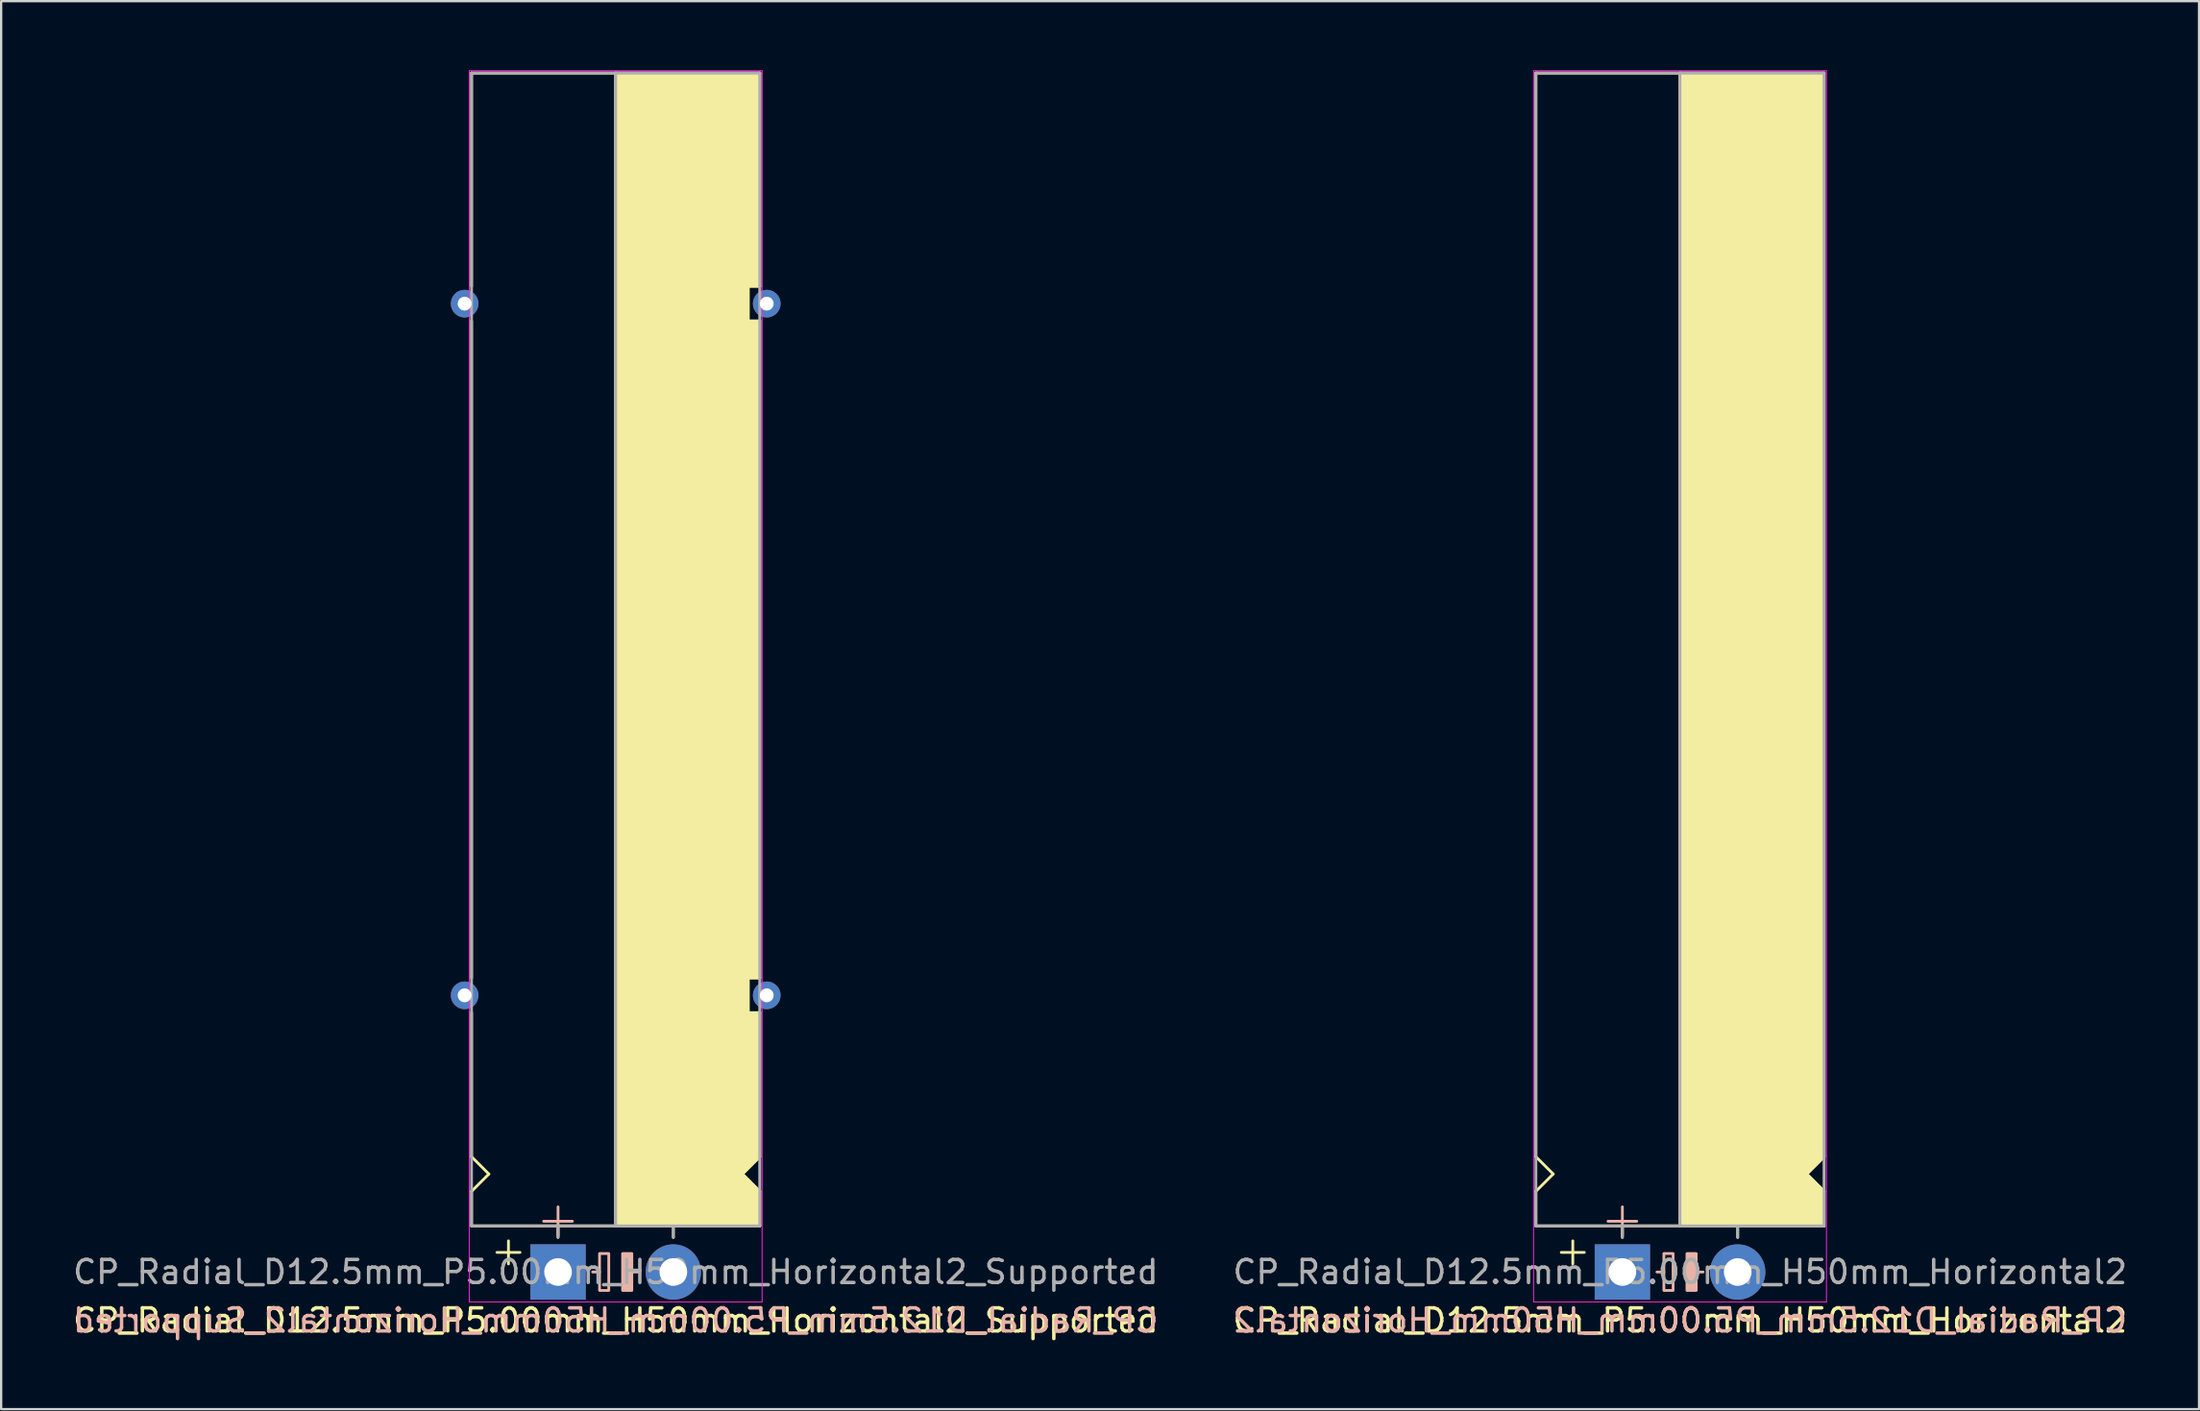
<source format=kicad_pcb>
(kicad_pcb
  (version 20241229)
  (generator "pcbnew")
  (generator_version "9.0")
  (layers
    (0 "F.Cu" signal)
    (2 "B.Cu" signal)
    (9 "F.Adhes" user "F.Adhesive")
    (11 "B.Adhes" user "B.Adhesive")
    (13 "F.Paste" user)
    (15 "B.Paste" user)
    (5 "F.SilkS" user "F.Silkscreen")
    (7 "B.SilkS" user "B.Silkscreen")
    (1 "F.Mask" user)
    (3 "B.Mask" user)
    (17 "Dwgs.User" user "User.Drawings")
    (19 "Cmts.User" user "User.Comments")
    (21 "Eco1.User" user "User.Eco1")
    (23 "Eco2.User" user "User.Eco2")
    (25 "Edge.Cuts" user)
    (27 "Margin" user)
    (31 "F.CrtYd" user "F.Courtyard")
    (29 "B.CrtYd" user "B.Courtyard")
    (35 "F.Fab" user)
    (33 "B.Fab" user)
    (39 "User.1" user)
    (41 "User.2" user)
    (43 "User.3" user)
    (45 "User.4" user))
  (footprint "CP_Radial_D12.5mm_P5.00mm_H50mm_Horizontal2_Supported"
    (layer "F.Cu")
    (at 21.149 52.12)
    (property "Reference" "CP_Radial_D12.5mm_P5.00mm_H50mm_Horizontal2_Supported" (at 2.5 2.1 180) (layer "F.SilkS") (effects (font (size 1 1) (thickness 0.15))))
    (fp_line (start -3.75 -52) (end -3.75 -42.75) (stroke (width 0.12) (type solid)) (layer "F.SilkS"))
    (fp_line (start -3.75 -12.75) (end -3.75 -41.25) (stroke (width 0.12) (type solid)) (layer "F.SilkS"))
    (fp_line (start -3.75 -5) (end -3.75 -11.25) (stroke (width 0.12) (type solid)) (layer "F.SilkS"))
    (fp_line (start -3.75 -3.5) (end -3 -4.25) (stroke (width 0.12) (type solid)) (layer "F.SilkS"))
    (fp_line (start -3.75 -2) (end -3.75 -3.5) (stroke (width 0.12) (type solid)) (layer "F.SilkS"))
    (fp_line (start -3 -4.25) (end -3.75 -5) (stroke (width 0.12) (type solid)) (layer "F.SilkS"))
    (fp_line (start -2.15 -1.35) (end -2.15 -0.35) (stroke (width 0.12) (type solid)) (layer "F.SilkS"))
    (fp_line (start -1.65 -0.85) (end -2.65 -0.85) (stroke (width 0.12) (type solid)) (layer "F.SilkS"))
    (fp_line (start 0 -1.5) (end 0 -2) (stroke (width 0.12) (type solid)) (layer "F.SilkS"))
    (fp_line (start 2.5 -2) (end -3.75 -2) (stroke (width 0.12) (type solid)) (layer "F.SilkS"))
    (fp_line (start 2.5 -2) (end 2.5 -52) (stroke (width 0.12) (type solid)) (layer "F.SilkS"))
    (fp_line (start 2.5 -2) (end 8.75 -2) (stroke (width 0.12) (type solid)) (layer "F.SilkS"))
    (fp_line (start 5 -1.5) (end 5 -2) (stroke (width 0.12) (type solid)) (layer "F.SilkS"))
    (fp_line (start 8 -4.25) (end 8.75 -5) (stroke (width 0.12) (type solid)) (layer "F.SilkS"))
    (fp_line (start 8.25 -42.75) (end 8.25 -41.25) (stroke (width 0.12) (type solid)) (layer "F.SilkS"))
    (fp_line (start 8.25 -41.25) (end 8.75 -41.25) (stroke (width 0.12) (type solid)) (layer "F.SilkS"))
    (fp_line (start 8.25 -12.75) (end 8.25 -11.25) (stroke (width 0.12) (type solid)) (layer "F.SilkS"))
    (fp_line (start 8.25 -11.25) (end 8.75 -11.25) (stroke (width 0.12) (type solid)) (layer "F.SilkS"))
    (fp_line (start 8.75 -52) (end -3.75 -52) (stroke (width 0.12) (type solid)) (layer "F.SilkS"))
    (fp_line (start 8.75 -52) (end 8.75 -42.75) (stroke (width 0.12) (type solid)) (layer "F.SilkS"))
    (fp_line (start 8.75 -42.75) (end 8.25 -42.75) (stroke (width 0.12) (type solid)) (layer "F.SilkS"))
    (fp_line (start 8.75 -12.75) (end 8.25 -12.75) (stroke (width 0.12) (type solid)) (layer "F.SilkS"))
    (fp_line (start 8.75 -12.75) (end 8.75 -41.25) (stroke (width 0.12) (type solid)) (layer "F.SilkS"))
    (fp_line (start 8.75 -5) (end 8.75 -11.25) (stroke (width 0.12) (type solid)) (layer "F.SilkS"))
    (fp_line (start 8.75 -3.5) (end 8 -4.25) (stroke (width 0.12) (type solid)) (layer "F.SilkS"))
    (fp_line (start 8.75 -2) (end 8.75 -3.5) (stroke (width 0.12) (type solid)) (layer "F.SilkS"))
    (fp_poly (pts (xy 8.75 -3.5) (xy 8 -4.25) (xy 8.75 -5) (xy 8.75 -11.25) (xy 8.25 -11.25) (xy 8.25 -12.75) (xy 8.75 -12.75) (xy 8.75 -41.25) (xy 8.25 -41.25) (xy 8.25 -42.75) (xy 8.75 -42.75) (xy 8.75 -52) (xy 2.5 -52) (xy 2.5 -2) (xy 8.75 -2)) (stroke (width 0.1) (type solid)) (fill yes) (layer "F.SilkS"))
    (fp_line (start 0 -2.825) (end 0 -1.575) (stroke (width 0.12) (type solid)) (layer "B.SilkS"))
    (fp_line (start 0.625 -2.2) (end -0.625 -2.2) (stroke (width 0.12) (type solid)) (layer "B.SilkS"))
    (fp_line (start 1.8 0) (end 1.5 0) (stroke (width 0.12) (type solid)) (layer "B.SilkS"))
    (fp_line (start 3.5 0) (end 3.2 0) (stroke (width 0.12) (type solid)) (layer "B.SilkS"))
    (fp_rect (start 2.2 -0.8) (end 1.8 0.8) (stroke (width 0.12) (type solid)) (fill no) (layer "B.SilkS"))
    (fp_rect (start 3.2 -0.8) (end 2.8 0.8) (stroke (width 0.12) (type solid)) (fill yes) (layer "B.SilkS"))
    (fp_line (start -3.85 -52.1) (end -3.85 1.3) (stroke (width 0.04) (type solid)) (layer "F.CrtYd"))
    (fp_line (start 8.85 -52.1) (end -3.85 -52.1) (stroke (width 0.04) (type solid)) (layer "F.CrtYd"))
    (fp_line (start 8.85 1.3) (end -3.85 1.3) (stroke (width 0.04) (type solid)) (layer "F.CrtYd"))
    (fp_line (start 8.85 1.3) (end 8.85 -52.1) (stroke (width 0.04) (type solid)) (layer "F.CrtYd"))
    (fp_line (start -3.75 -52) (end 8.75 -52) (stroke (width 0.12) (type solid)) (layer "F.Fab"))
    (fp_line (start -3.75 -2) (end -3.75 -52) (stroke (width 0.12) (type solid)) (layer "F.Fab"))
    (fp_line (start 0 -2) (end -3.75 -2) (stroke (width 0.12) (type solid)) (layer "F.Fab"))
    (fp_line (start 0 -1.5) (end 0 -2) (stroke (width 0.12) (type solid)) (layer "F.Fab"))
    (fp_line (start 2.5 -2) (end 2.5 -52) (stroke (width 0.12) (type solid)) (layer "F.Fab"))
    (fp_line (start 5 -2) (end 5 -1.5) (stroke (width 0.12) (type solid)) (layer "F.Fab"))
    (fp_line (start 8.75 -52) (end 8.75 -2) (stroke (width 0.12) (type solid)) (layer "F.Fab"))
    (fp_line (start 8.75 -2) (end 0 -2) (stroke (width 0.12) (type solid)) (layer "F.Fab"))
    (fp_poly (pts (xy 8.75 -52) (xy 2.5 -52) (xy 2.5 -2) (xy 8.75 -2)) (stroke (width 0.1) (type solid)) (fill no) (layer "F.Fab"))
    (fp_text user "${REFERENCE}" (at 2.5 2.1 0) (layer "B.SilkS") (effects (font (size 1 1) (thickness 0.15)) (justify mirror)))
    (fp_text user "${REFERENCE}" (at 2.5 0 0) (layer "F.Fab") (effects (font (size 1 1) (thickness 0.15))))
    (pad "1" thru_hole rect (at 0 0) (size 2.4 2.4) (drill 1.2) (layers "*.Cu" "*.Mask"))
    (pad "2" thru_hole circle (at 5 0) (size 2.4 2.4) (drill 1.2) (layers "*.Cu" "*.Mask"))
    (pad "~" thru_hole circle (at -4.05 -42 180) (size 1.2 1.2) (drill 0.6) (layers "*.Cu" "*.Mask"))
    (pad "~" thru_hole circle (at -4.05 -12 180) (size 1.2 1.2) (drill 0.6) (layers "*.Cu" "*.Mask"))
    (pad "~" thru_hole circle (at 9.05 -42 180) (size 1.2 1.2) (drill 0.6) (layers "*.Cu" "*.Mask"))
    (pad "~" thru_hole circle (at 9.05 -12 180) (size 1.2 1.2) (drill 0.6) (layers "*.Cu" "*.Mask")))
  (footprint "CP_Radial_D12.5mm_P5.00mm_H50mm_Horizontal2"
    (layer "F.Cu")
    (at 67.304 52.12)
    (property "Reference" "CP_Radial_D12.5mm_P5.00mm_H50mm_Horizontal2" (at 2.5 2.1 180) (layer "F.SilkS") (effects (font (size 1 1) (thickness 0.15))))
    (fp_line (start -3.75 -5) (end -3.75 -52) (stroke (width 0.12) (type solid)) (layer "F.SilkS"))
    (fp_line (start -3.75 -3.5) (end -3 -4.25) (stroke (width 0.12) (type solid)) (layer "F.SilkS"))
    (fp_line (start -3.75 -2) (end -3.75 -3.5) (stroke (width 0.12) (type solid)) (layer "F.SilkS"))
    (fp_line (start -3 -4.25) (end -3.75 -5) (stroke (width 0.12) (type solid)) (layer "F.SilkS"))
    (fp_line (start -2.15 -1.35) (end -2.15 -0.35) (stroke (width 0.12) (type solid)) (layer "F.SilkS"))
    (fp_line (start -1.65 -0.85) (end -2.65 -0.85) (stroke (width 0.12) (type solid)) (layer "F.SilkS"))
    (fp_line (start 0 -1.5) (end 0 -2) (stroke (width 0.12) (type solid)) (layer "F.SilkS"))
    (fp_line (start 2.5 -2) (end -3.75 -2) (stroke (width 0.12) (type solid)) (layer "F.SilkS"))
    (fp_line (start 2.5 -2) (end 2.5 -52) (stroke (width 0.12) (type solid)) (layer "F.SilkS"))
    (fp_line (start 2.5 -2) (end 8.75 -2) (stroke (width 0.12) (type solid)) (layer "F.SilkS"))
    (fp_line (start 5 -1.5) (end 5 -2) (stroke (width 0.12) (type solid)) (layer "F.SilkS"))
    (fp_line (start 8 -4.25) (end 8.75 -5) (stroke (width 0.12) (type solid)) (layer "F.SilkS"))
    (fp_line (start 8.75 -52) (end -3.75 -52) (stroke (width 0.12) (type solid)) (layer "F.SilkS"))
    (fp_line (start 8.75 -5) (end 8.75 -52) (stroke (width 0.12) (type solid)) (layer "F.SilkS"))
    (fp_line (start 8.75 -3.5) (end 8 -4.25) (stroke (width 0.12) (type solid)) (layer "F.SilkS"))
    (fp_line (start 8.75 -2) (end 8.75 -3.5) (stroke (width 0.12) (type solid)) (layer "F.SilkS"))
    (fp_poly (pts (xy 8.75 -3.5) (xy 8 -4.25) (xy 8.75 -5) (xy 8.75 -52) (xy 2.5 -52) (xy 2.5 -2) (xy 8.75 -2)) (stroke (width 0.1) (type solid)) (fill yes) (layer "F.SilkS"))
    (fp_line (start 0 -2.825) (end 0 -1.575) (stroke (width 0.12) (type solid)) (layer "B.SilkS"))
    (fp_line (start 0.625 -2.2) (end -0.625 -2.2) (stroke (width 0.12) (type solid)) (layer "B.SilkS"))
    (fp_line (start 1.8 0) (end 1.5 0) (stroke (width 0.12) (type solid)) (layer "B.SilkS"))
    (fp_line (start 3.5 0) (end 3.2 0) (stroke (width 0.12) (type solid)) (layer "B.SilkS"))
    (fp_rect (start 2.2 -0.8) (end 1.8 0.8) (stroke (width 0.12) (type solid)) (fill no) (layer "B.SilkS"))
    (fp_rect (start 3.2 -0.8) (end 2.8 0.8) (stroke (width 0.12) (type solid)) (fill yes) (layer "B.SilkS"))
    (fp_line (start -3.85 -52.1) (end -3.85 1.3) (stroke (width 0.04) (type solid)) (layer "F.CrtYd"))
    (fp_line (start 8.85 -52.1) (end -3.85 -52.1) (stroke (width 0.04) (type solid)) (layer "F.CrtYd"))
    (fp_line (start 8.85 1.3) (end -3.85 1.3) (stroke (width 0.04) (type solid)) (layer "F.CrtYd"))
    (fp_line (start 8.85 1.3) (end 8.85 -52.1) (stroke (width 0.04) (type solid)) (layer "F.CrtYd"))
    (fp_line (start -3.75 -52) (end 8.75 -52) (stroke (width 0.12) (type solid)) (layer "F.Fab"))
    (fp_line (start -3.75 -2) (end -3.75 -52) (stroke (width 0.12) (type solid)) (layer "F.Fab"))
    (fp_line (start 0 -2) (end -3.75 -2) (stroke (width 0.12) (type solid)) (layer "F.Fab"))
    (fp_line (start 0 -1.5) (end 0 -2) (stroke (width 0.12) (type solid)) (layer "F.Fab"))
    (fp_line (start 2.5 -2) (end 2.5 -52) (stroke (width 0.12) (type solid)) (layer "F.Fab"))
    (fp_line (start 5 -2) (end 5 -1.5) (stroke (width 0.12) (type solid)) (layer "F.Fab"))
    (fp_line (start 8.75 -52) (end 8.75 -2) (stroke (width 0.12) (type solid)) (layer "F.Fab"))
    (fp_line (start 8.75 -2) (end 0 -2) (stroke (width 0.12) (type solid)) (layer "F.Fab"))
    (fp_poly (pts (xy 8.75 -52) (xy 2.5 -52) (xy 2.5 -2) (xy 8.75 -2)) (stroke (width 0.1) (type solid)) (fill no) (layer "F.Fab"))
    (fp_text user "${REFERENCE}" (at 2.5 2.1 0) (layer "B.SilkS") (effects (font (size 1 1) (thickness 0.15)) (justify mirror)))
    (fp_text user "${REFERENCE}" (at 2.5 0 0) (layer "F.Fab") (effects (font (size 1 1) (thickness 0.15))))
    (pad "1" thru_hole rect (at 0 0) (size 2.4 2.4) (drill 1.2) (layers "*.Cu" "*.Mask"))
    (pad "2" thru_hole circle (at 5 0) (size 2.4 2.4) (drill 1.2) (layers "*.Cu" "*.Mask")))
  (gr_rect
    (start -3 -3)
    (end 92.31 58.068)
    (stroke (width 0.1) (type default))
    (fill no)
    (layer "Edge.Cuts")))
</source>
